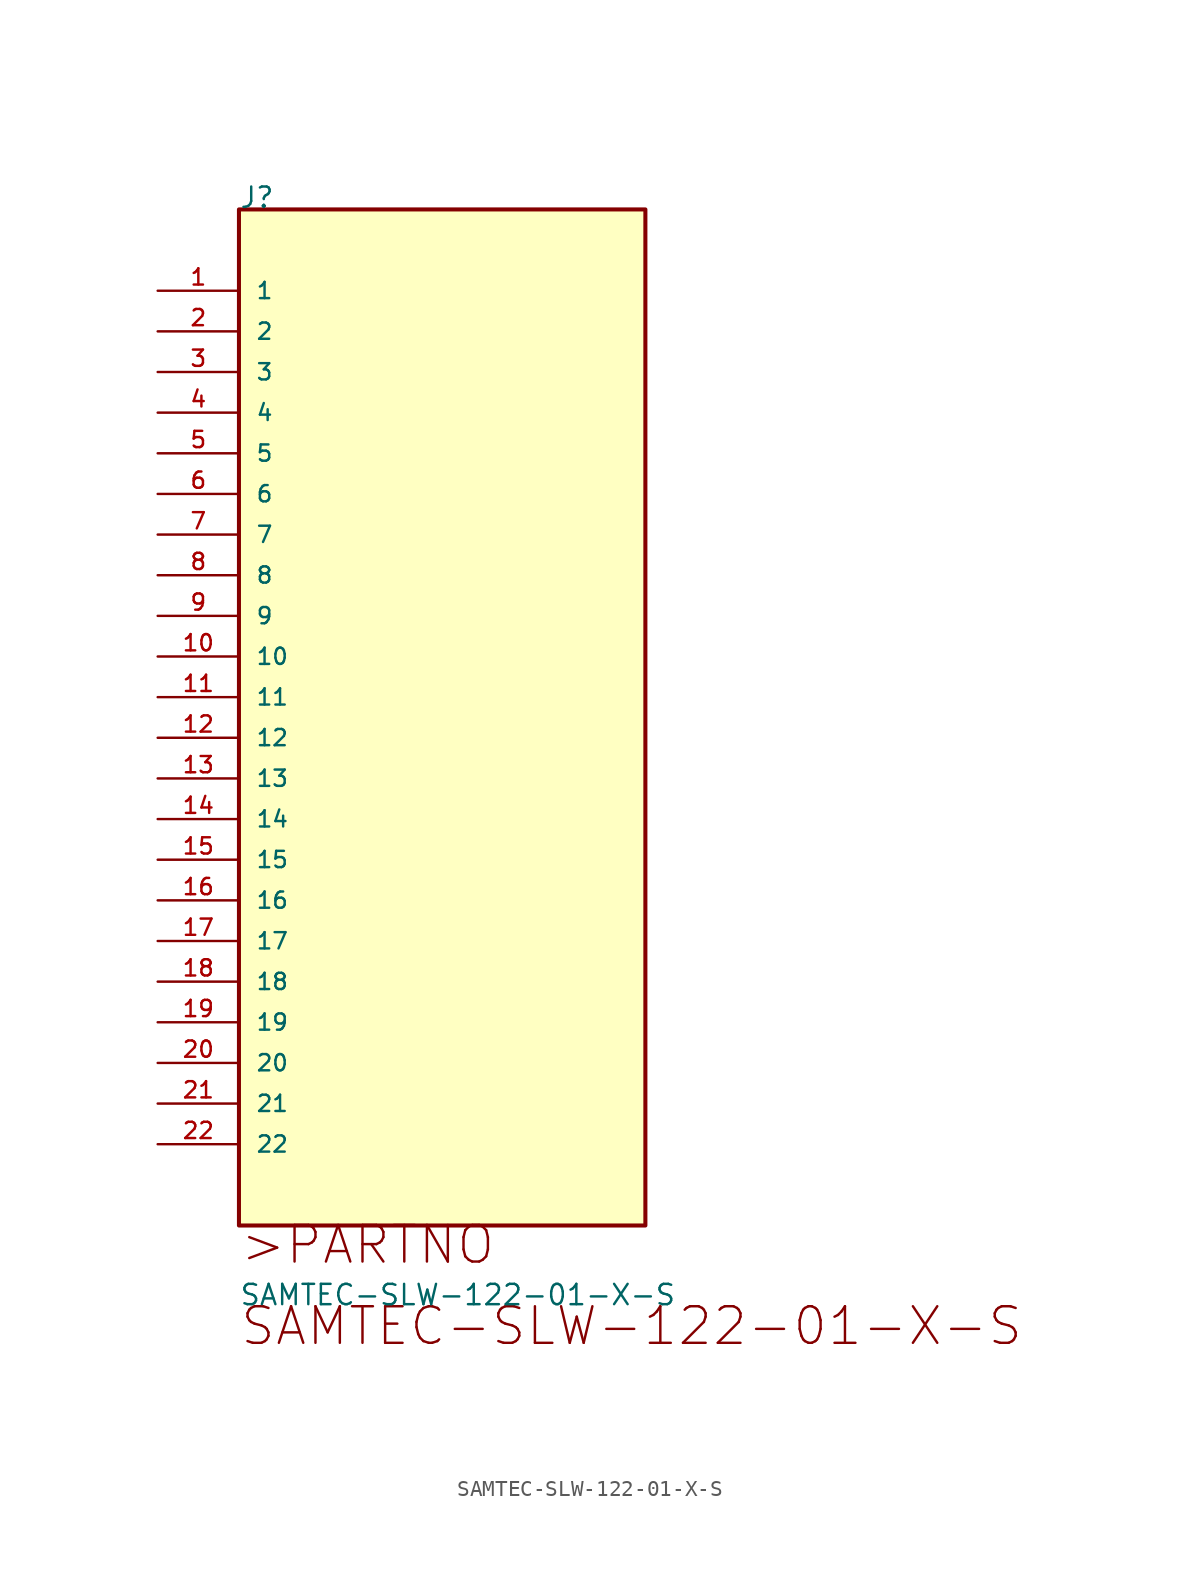
<source format=kicad_sym>
(kicad_symbol_lib
  (version 20211014)
  (generator kicad_symbol_editor)
  (symbol "SAMTEC-SLW-122-01-X-S"
    (pin_names
      (offset 1.016))
    (property "Reference" "J"
      (at 0.0 5.08 0)
      (effects (font (size 1.27 1.27)) (justify bottom left)))
    (property "Value" "SAMTEC-SLW-122-01-X-S"
      (at 0.0 -63.5 0)
      (effects (font (size 1.27 1.27)) (justify bottom left)))
    (symbol "SAMTEC-SLW-122-01-X-S_0_0"
      (text ">PARTNO" (at 0.0 -60.96 0) (effects (font (size 2.286 2.286)) (justify bottom left)))
      (text "SAMTEC-SLW-122-01-X-S" (at 0.0 -66.04 0) (effects (font (size 2.286 2.286)) (justify bottom left)))
      (rectangle (start 0.0 -58.42) (end 25.4 5.08) (stroke (width 0.254)) (fill (type background)))
      (pin bidirectional line (at -5.08 -0.0 0) (length 5.08) (name "1" (effects (font (size 1.016 1.016)))) (number "1" (effects (font (size 1.016 1.016)))))
      (pin bidirectional line (at -5.08 -2.54 0) (length 5.08) (name "2" (effects (font (size 1.016 1.016)))) (number "2" (effects (font (size 1.016 1.016)))))
      (pin bidirectional line (at -5.08 -5.08 0) (length 5.08) (name "3" (effects (font (size 1.016 1.016)))) (number "3" (effects (font (size 1.016 1.016)))))
      (pin bidirectional line (at -5.08 -7.62 0) (length 5.08) (name "4" (effects (font (size 1.016 1.016)))) (number "4" (effects (font (size 1.016 1.016)))))
      (pin bidirectional line (at -5.08 -10.16 0) (length 5.08) (name "5" (effects (font (size 1.016 1.016)))) (number "5" (effects (font (size 1.016 1.016)))))
      (pin bidirectional line (at -5.08 -12.7 0) (length 5.08) (name "6" (effects (font (size 1.016 1.016)))) (number "6" (effects (font (size 1.016 1.016)))))
      (pin bidirectional line (at -5.08 -15.24 0) (length 5.08) (name "7" (effects (font (size 1.016 1.016)))) (number "7" (effects (font (size 1.016 1.016)))))
      (pin bidirectional line (at -5.08 -17.78 0) (length 5.08) (name "8" (effects (font (size 1.016 1.016)))) (number "8" (effects (font (size 1.016 1.016)))))
      (pin bidirectional line (at -5.08 -20.32 0) (length 5.08) (name "9" (effects (font (size 1.016 1.016)))) (number "9" (effects (font (size 1.016 1.016)))))
      (pin bidirectional line (at -5.08 -22.86 0) (length 5.08) (name "10" (effects (font (size 1.016 1.016)))) (number "10" (effects (font (size 1.016 1.016)))))
      (pin bidirectional line (at -5.08 -25.4 0) (length 5.08) (name "11" (effects (font (size 1.016 1.016)))) (number "11" (effects (font (size 1.016 1.016)))))
      (pin bidirectional line (at -5.08 -27.94 0) (length 5.08) (name "12" (effects (font (size 1.016 1.016)))) (number "12" (effects (font (size 1.016 1.016)))))
      (pin bidirectional line (at -5.08 -30.48 0) (length 5.08) (name "13" (effects (font (size 1.016 1.016)))) (number "13" (effects (font (size 1.016 1.016)))))
      (pin bidirectional line (at -5.08 -33.02 0) (length 5.08) (name "14" (effects (font (size 1.016 1.016)))) (number "14" (effects (font (size 1.016 1.016)))))
      (pin bidirectional line (at -5.08 -35.56 0) (length 5.08) (name "15" (effects (font (size 1.016 1.016)))) (number "15" (effects (font (size 1.016 1.016)))))
      (pin bidirectional line (at -5.08 -38.1 0) (length 5.08) (name "16" (effects (font (size 1.016 1.016)))) (number "16" (effects (font (size 1.016 1.016)))))
      (pin bidirectional line (at -5.08 -40.64 0) (length 5.08) (name "17" (effects (font (size 1.016 1.016)))) (number "17" (effects (font (size 1.016 1.016)))))
      (pin bidirectional line (at -5.08 -43.18 0) (length 5.08) (name "18" (effects (font (size 1.016 1.016)))) (number "18" (effects (font (size 1.016 1.016)))))
      (pin bidirectional line (at -5.08 -45.72 0) (length 5.08) (name "19" (effects (font (size 1.016 1.016)))) (number "19" (effects (font (size 1.016 1.016)))))
      (pin bidirectional line (at -5.08 -48.26 0) (length 5.08) (name "20" (effects (font (size 1.016 1.016)))) (number "20" (effects (font (size 1.016 1.016)))))
      (pin bidirectional line (at -5.08 -50.8 0) (length 5.08) (name "21" (effects (font (size 1.016 1.016)))) (number "21" (effects (font (size 1.016 1.016)))))
      (pin bidirectional line (at -5.08 -53.34 0) (length 5.08) (name "22" (effects (font (size 1.016 1.016)))) (number "22" (effects (font (size 1.016 1.016))))))))
</source>
